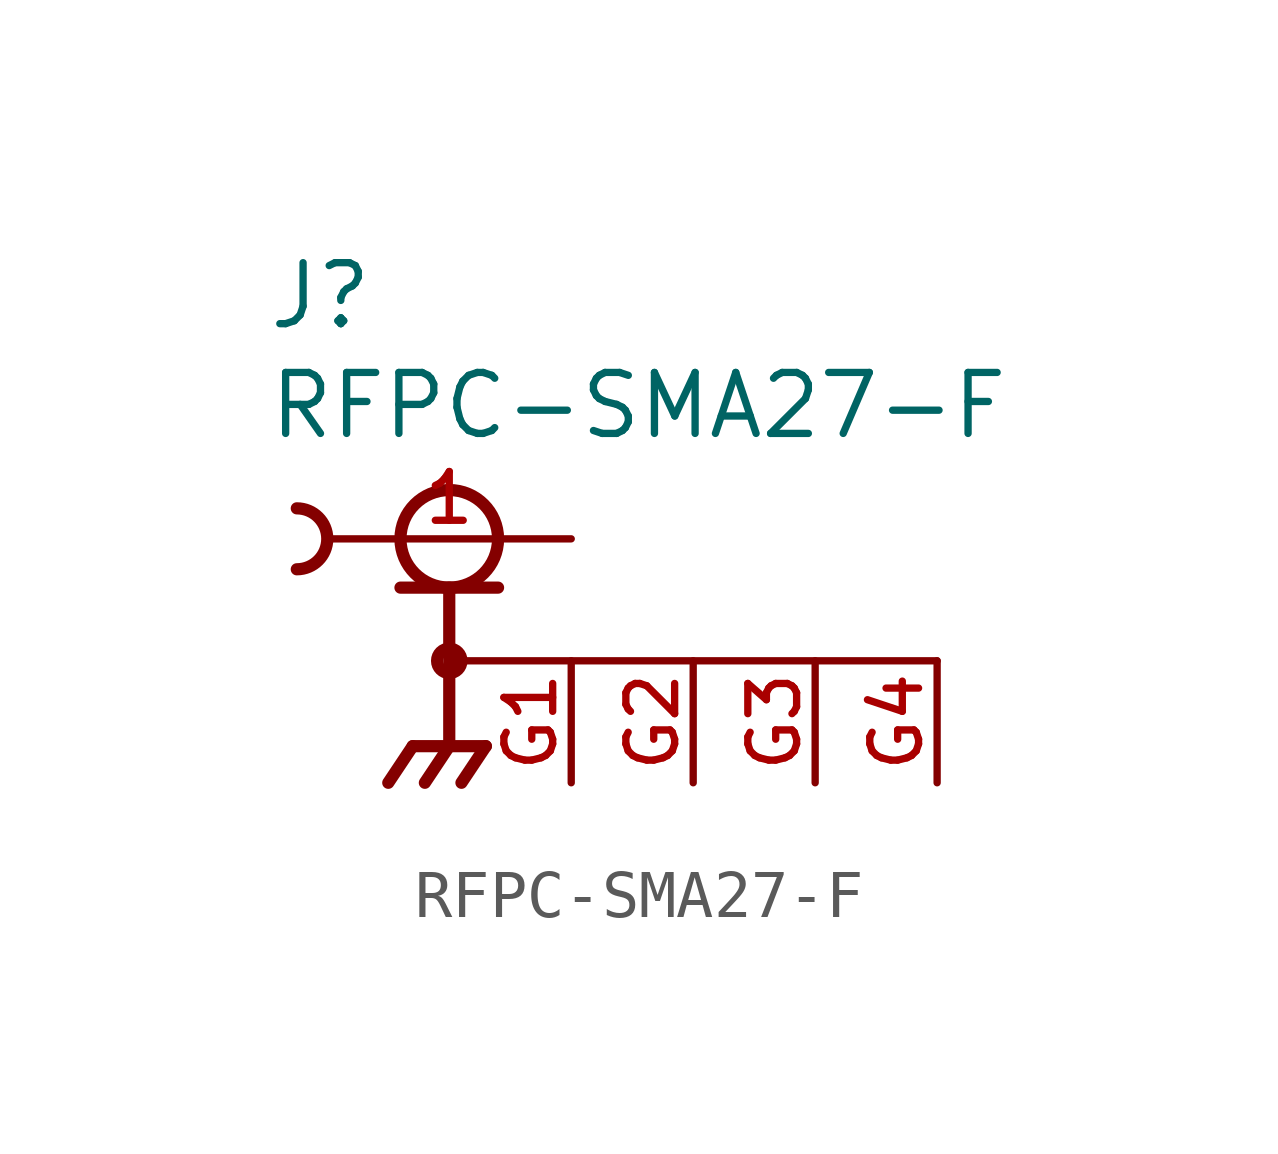
<source format=kicad_sym>
(kicad_symbol_lib
  (version 20231120)
  (generator "kicad_symbol_editor")
  (generator_version "8.0")
  (symbol "RFPC-SMA27-F"
    (pin_names
      (offset 1.016))
    (property "Reference" "J"
      (at -3.81 4.318 0)
      (effects (font (size 1.27 1.27)) (justify left bottom)))
    (property "Value" "RFPC-SMA27-F"
      (at -3.81 2.032 0)
      (effects (font (size 1.27 1.27)) (justify left bottom)))
    (symbol "RFPC-SMA27-F_0_0"
      (arc (start -3.175 -0.635) (mid -2.5427 0) (end -3.175 0.635) (stroke (width 0.254) (type default)) (fill (type none)))
      (circle (center 0 -2.54) (radius 0.254) (stroke (width 0.254) (type default)) (fill (type none)))
      (polyline (pts (xy -1.016 -1.016) (xy 1.016 -1.016)) (stroke (width 0.254) (type default)) (fill (type none)))
      (polyline (pts (xy -0.762 -4.318) (xy -1.27 -5.08)) (stroke (width 0.254) (type default)) (fill (type none)))
      (polyline (pts (xy 0 -4.318) (xy -0.508 -5.08)) (stroke (width 0.254) (type default)) (fill (type none)))
      (polyline (pts (xy 0 -2.54) (xy 10.16 -2.54)) (stroke (width 0.152) (type default)) (fill (type none)))
      (polyline (pts (xy 0 -1.016) (xy 0 -4.318)) (stroke (width 0.254) (type default)) (fill (type none)))
      (polyline (pts (xy 0.762 -4.318) (xy -0.762 -4.318)) (stroke (width 0.254) (type default)) (fill (type none)))
      (polyline (pts (xy 0.762 -4.318) (xy 0.254 -5.08)) (stroke (width 0.254) (type default)) (fill (type none)))
      (circle (center 0 0) (radius 1.016) (stroke (width 0.254) (type default)) (fill (type none)))
      (pin passive line (at 2.54 0 180) (length 5.08) (name "~" (effects (font (size 1.016 1.016)))) (number "1" (effects (font (size 1.016 1.016)))))
      (pin power_in line (at 2.54 -5.08 90) (length 2.54) (name "~" (effects (font (size 1.016 1.016)))) (number "G1" (effects (font (size 1.016 1.016)))))
      (pin power_in line (at 5.08 -5.08 90) (length 2.54) (name "~" (effects (font (size 1.016 1.016)))) (number "G2" (effects (font (size 1.016 1.016)))))
      (pin power_in line (at 7.62 -5.08 90) (length 2.54) (name "~" (effects (font (size 1.016 1.016)))) (number "G3" (effects (font (size 1.016 1.016)))))
      (pin power_in line (at 10.16 -5.08 90) (length 2.54) (name "~" (effects (font (size 1.016 1.016)))) (number "G4" (effects (font (size 1.016 1.016))))))))
</source>
